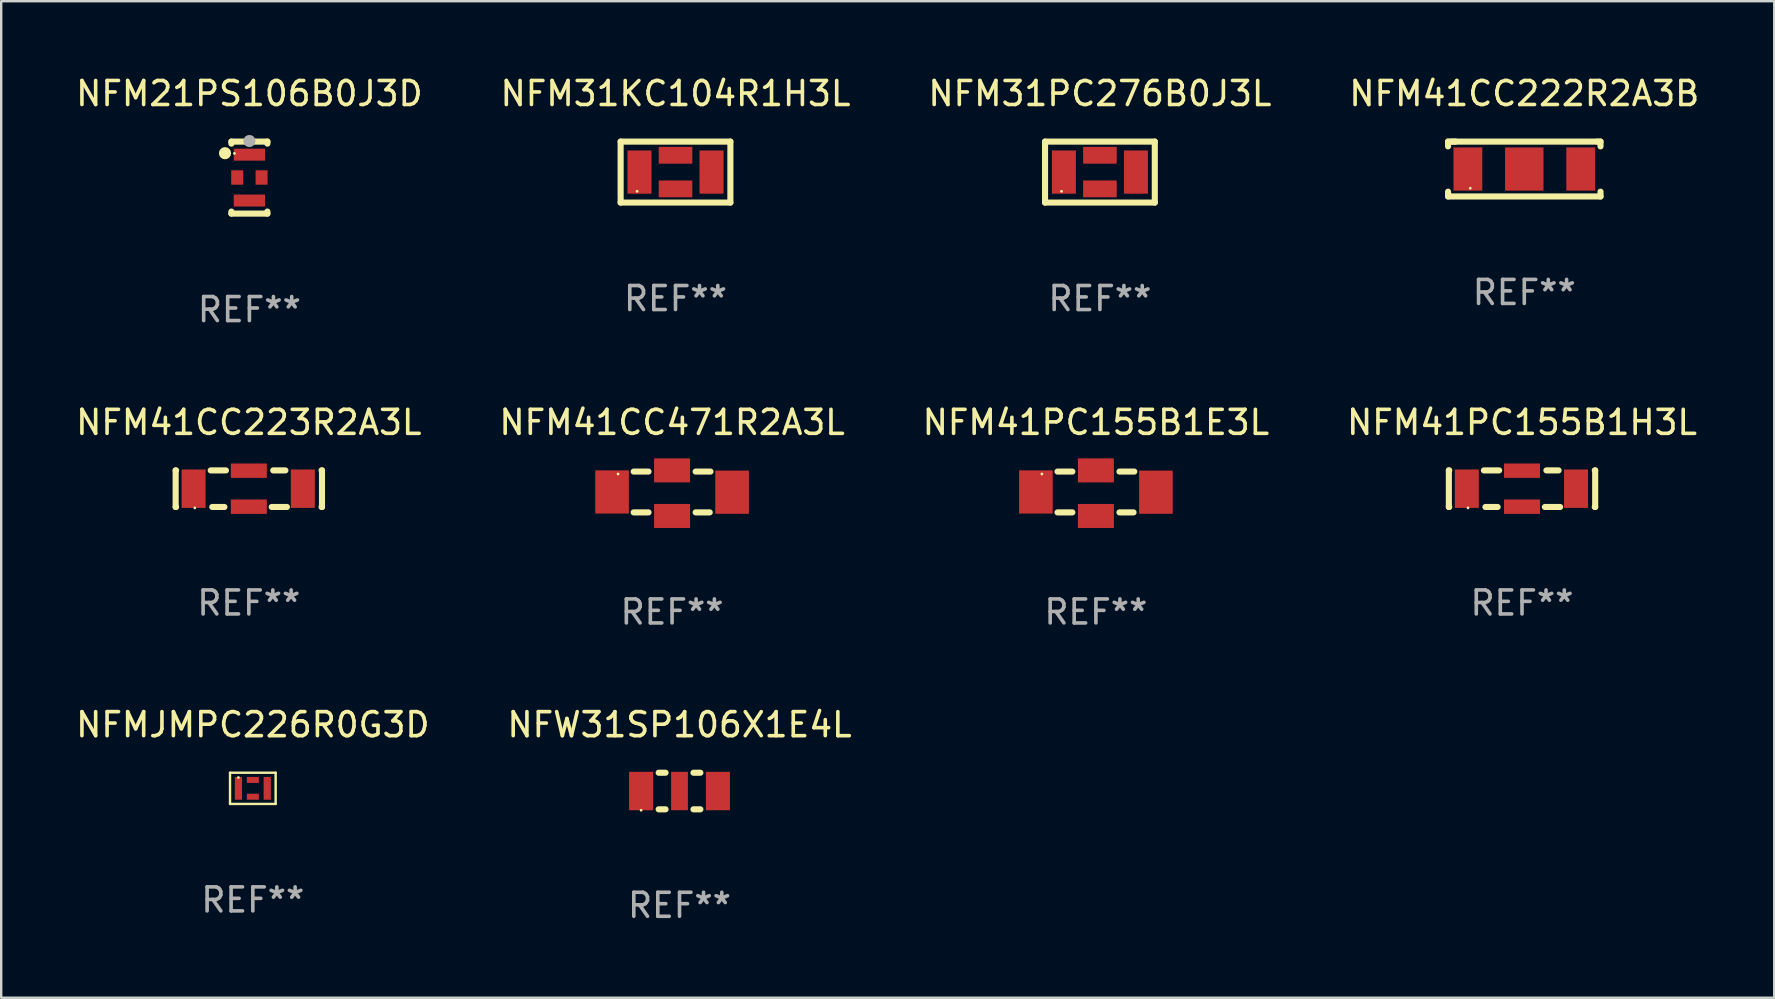
<source format=kicad_pcb>
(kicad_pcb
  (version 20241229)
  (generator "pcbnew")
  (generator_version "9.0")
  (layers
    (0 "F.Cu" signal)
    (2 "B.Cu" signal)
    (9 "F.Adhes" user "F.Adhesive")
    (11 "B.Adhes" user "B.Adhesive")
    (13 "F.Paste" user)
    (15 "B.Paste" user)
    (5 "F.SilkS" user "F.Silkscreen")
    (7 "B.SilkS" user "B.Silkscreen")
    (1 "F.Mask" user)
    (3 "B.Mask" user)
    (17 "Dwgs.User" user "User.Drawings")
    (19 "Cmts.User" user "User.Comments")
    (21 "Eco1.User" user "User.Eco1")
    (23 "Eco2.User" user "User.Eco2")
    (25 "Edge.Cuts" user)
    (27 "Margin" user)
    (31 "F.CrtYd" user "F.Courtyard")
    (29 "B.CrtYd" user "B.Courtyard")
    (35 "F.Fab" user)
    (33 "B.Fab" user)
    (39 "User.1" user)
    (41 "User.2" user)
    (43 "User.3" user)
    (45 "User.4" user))
  (footprint "NFM31KC104R1H3L"
    (layer "F.Cu")
    (at 25.089 4.118)
    (property "Reference" "NFM31KC104R1H3L" (at 0 -3.27 0) (layer "F.SilkS") (effects (font (size 1 1) (thickness 0.15))))
    (attr through_hole)
    (fp_line (start -2.286 -1.27) (end 2.286 -1.27) (stroke (width 0.254) (type solid)) (layer "F.SilkS"))
    (fp_line (start -2.286 1.27) (end -2.286 -1.27) (stroke (width 0.254) (type solid)) (layer "F.SilkS"))
    (fp_line (start 2.286 -1.27) (end 2.286 1.27) (stroke (width 0.254) (type solid)) (layer "F.SilkS"))
    (fp_line (start 2.286 1.27) (end -2.286 1.27) (stroke (width 0.254) (type solid)) (layer "F.SilkS"))
    (fp_circle (center -1.6 0.8) (end -1.57 0.8) (stroke (width 0.06) (type solid)) (fill no) (layer "F.SilkS"))
    (fp_text user "REF**" (at 0 5.27 0) (layer "F.Fab") (effects (font (size 1 1) (thickness 0.15))))
    (pad "1" smd rect (at -1.5 0) (size 1 1.8) (layers "F.Cu" "F.Mask" "F.Paste"))
    (pad "2" smd rect (at 0.000127 -0.7) (size 1.4 0.7) (layers "F.Cu" "F.Mask" "F.Paste"))
    (pad "2" smd rect (at 0.000127 0.7) (size 1.4 0.7) (layers "F.Cu" "F.Mask" "F.Paste"))
    (pad "3" smd rect (at 1.5 0) (size 1 1.8) (layers "F.Cu" "F.Mask" "F.Paste")))
  (footprint "NFM31PC276B0J3L"
    (layer "F.Cu")
    (at 42.768 4.118)
    (property "Reference" "NFM31PC276B0J3L" (at 0 -3.27 0) (layer "F.SilkS") (effects (font (size 1 1) (thickness 0.15))))
    (attr through_hole)
    (fp_line (start -2.286 -1.27) (end 2.286 -1.27) (stroke (width 0.254) (type solid)) (layer "F.SilkS"))
    (fp_line (start -2.286 1.27) (end -2.286 -1.27) (stroke (width 0.254) (type solid)) (layer "F.SilkS"))
    (fp_line (start 2.286 -1.27) (end 2.286 1.27) (stroke (width 0.254) (type solid)) (layer "F.SilkS"))
    (fp_line (start 2.286 1.27) (end -2.286 1.27) (stroke (width 0.254) (type solid)) (layer "F.SilkS"))
    (fp_circle (center -1.6 0.8) (end -1.57 0.8) (stroke (width 0.06) (type solid)) (fill no) (layer "F.SilkS"))
    (fp_text user "REF**" (at 0 5.27 0) (layer "F.Fab") (effects (font (size 1 1) (thickness 0.15))))
    (pad "1" smd rect (at -1.5 0) (size 1 1.8) (layers "F.Cu" "F.Mask" "F.Paste"))
    (pad "2" smd rect (at 0.000127 -0.7) (size 1.4 0.7) (layers "F.Cu" "F.Mask" "F.Paste"))
    (pad "2" smd rect (at 0.000127 0.7) (size 1.4 0.7) (layers "F.Cu" "F.Mask" "F.Paste"))
    (pad "3" smd rect (at 1.5 0) (size 1 1.8) (layers "F.Cu" "F.Mask" "F.Paste")))
  (footprint "NFM41PC155B1E3L"
    (layer "F.Cu")
    (at 42.601 17.494)
    (property "Reference" "NFM41PC155B1E3L" (at 0 -2.949 0) (layer "F.SilkS") (effects (font (size 1 1) (thickness 0.15))))
    (attr through_hole)
    (fp_line (start -1.6 -0.9) (end -0.981 -0.9) (stroke (width 0.254) (type solid)) (layer "F.SilkS"))
    (fp_line (start -0.981 0.8) (end -1.6 0.8) (stroke (width 0.254) (type solid)) (layer "F.SilkS"))
    (fp_line (start 0.981 -0.9) (end 1.6 -0.9) (stroke (width 0.254) (type solid)) (layer "F.SilkS"))
    (fp_line (start 1.569 0.8) (end 0.981 0.8) (stroke (width 0.254) (type solid)) (layer "F.SilkS"))
    (fp_circle (center -2.25 -0.8) (end -2.22 -0.8) (stroke (width 0.06) (type solid)) (fill no) (layer "F.SilkS"))
    (fp_text user "REF**" (at 0 4.949 0) (layer "F.Fab") (effects (font (size 1 1) (thickness 0.15))))
    (pad "1" smd rect (at -2.5 -0.051) (size 1.4 1.8) (layers "F.Cu" "F.Mask" "F.Paste"))
    (pad "2" smd rect (at -0.000127 -0.949 90) (size 1 1.5) (layers "F.Cu" "F.Mask" "F.Paste"))
    (pad "2" smd rect (at -0.000127 0.949 90) (size 1 1.5) (layers "F.Cu" "F.Mask" "F.Paste"))
    (pad "3" smd rect (at 2.5 -0.041) (size 1.4 1.8) (layers "F.Cu" "F.Mask" "F.Paste")))
  (footprint "NFW31SP106X1E4L"
    (layer "F.Cu")
    (at 25.256 29.901)
    (property "Reference" "NFW31SP106X1E4L" (at 0 -2.762 0) (layer "F.SilkS") (effects (font (size 1 1) (thickness 0.15))))
    (attr through_hole)
    (fp_line (start -0.869 -0.762) (end -0.581 -0.762) (stroke (width 0.254) (type solid)) (layer "F.SilkS"))
    (fp_line (start -0.869 0.762) (end -0.581 0.762) (stroke (width 0.254) (type solid)) (layer "F.SilkS"))
    (fp_line (start 0.581 -0.762) (end 0.869 -0.762) (stroke (width 0.254) (type solid)) (layer "F.SilkS"))
    (fp_line (start 0.581 0.762) (end 0.869 0.762) (stroke (width 0.254) (type solid)) (layer "F.SilkS"))
    (fp_circle (center -1.6 0.8) (end -1.57 0.8) (stroke (width 0.06) (type solid)) (fill no) (layer "F.SilkS"))
    (fp_text user "REF**" (at 0 4.762 0) (layer "F.Fab") (effects (font (size 1 1) (thickness 0.15))))
    (pad "1" smd rect (at -1.6 -0.000102) (size 1 1.6) (layers "F.Cu" "F.Mask" "F.Paste"))
    (pad "2" smd rect (at -0.000127 -0.000102) (size 0.7 1.6) (layers "F.Cu" "F.Mask" "F.Paste"))
    (pad "3" smd rect (at 1.6 -0.000102) (size 1 1.6) (layers "F.Cu" "F.Mask" "F.Paste")))
  (footprint "NFM41CC223R2A3L"
    (layer "F.Cu")
    (at 7.315 17.307)
    (property "Reference" "NFM41CC223R2A3L" (at 0 -2.762 0) (layer "F.SilkS") (effects (font (size 1 1) (thickness 0.15))))
    (attr through_hole)
    (fp_line (start -3.048 -0.762) (end -3.048 0.762) (stroke (width 0.254) (type solid)) (layer "F.SilkS"))
    (fp_line (start -3.048 0.762) (end -3.031 0.762) (stroke (width 0.254) (type solid)) (layer "F.SilkS"))
    (fp_line (start -3.031 -0.762) (end -3.048 -0.762) (stroke (width 0.254) (type solid)) (layer "F.SilkS"))
    (fp_line (start -1.588 -0.762) (end -0.953 -0.762) (stroke (width 0.254) (type solid)) (layer "F.SilkS"))
    (fp_line (start -1.524 0.762) (end -1.016 0.762) (stroke (width 0.254) (type solid)) (layer "F.SilkS"))
    (fp_line (start 0.953 0.762) (end 1.588 0.762) (stroke (width 0.254) (type solid)) (layer "F.SilkS"))
    (fp_line (start 1.016 -0.762) (end 1.524 -0.762) (stroke (width 0.254) (type solid)) (layer "F.SilkS"))
    (fp_line (start 3.031 0.762) (end 3.048 0.762) (stroke (width 0.254) (type solid)) (layer "F.SilkS"))
    (fp_line (start 3.048 -0.762) (end 3.031 -0.762) (stroke (width 0.254) (type solid)) (layer "F.SilkS"))
    (fp_line (start 3.048 0.762) (end 3.048 -0.762) (stroke (width 0.254) (type solid)) (layer "F.SilkS"))
    (fp_circle (center -2.25 0.8) (end -2.22 0.8) (stroke (width 0.06) (type solid)) (fill no) (layer "F.SilkS"))
    (fp_text user "REF**" (at 0 4.762 0) (layer "F.Fab") (effects (font (size 1 1) (thickness 0.15))))
    (pad "1" smd rect (at -2.3 0) (size 1 1.6) (layers "F.Cu" "F.Mask" "F.Paste"))
    (pad "2" smd rect (at 0 -0.75 90) (size 0.6 1.5) (layers "F.Cu" "F.Mask" "F.Paste"))
    (pad "2" smd rect (at 0 0.75 90) (size 0.6 1.5) (layers "F.Cu" "F.Mask" "F.Paste"))
    (pad "3" smd rect (at 2.25 0) (size 1 1.6) (layers "F.Cu" "F.Mask" "F.Paste")))
  (footprint "NFM41CC222R2A3B"
    (layer "F.Cu")
    (at 60.446 3.991)
    (property "Reference" "NFM41CC222R2A3B" (at 0 -3.143 0) (layer "F.SilkS") (effects (font (size 1 1) (thickness 0.15))))
    (attr through_hole)
    (fp_line (start -3.175 -1.143) (end -3.175 -0.943) (stroke (width 0.254) (type solid)) (layer "F.SilkS"))
    (fp_line (start -3.175 1.143) (end -3.175 0.943) (stroke (width 0.254) (type solid)) (layer "F.SilkS"))
    (fp_line (start -3.048 -1.143) (end 3.048 -1.143) (stroke (width 0.254) (type solid)) (layer "F.SilkS"))
    (fp_line (start -2.86 -1.143) (end -3.175 -1.143) (stroke (width 0.254) (type solid)) (layer "F.SilkS"))
    (fp_line (start 3.048 -1.143) (end 3.175 -1.143) (stroke (width 0.254) (type solid)) (layer "F.SilkS"))
    (fp_line (start 3.175 -1.143) (end 3.175 -0.943) (stroke (width 0.254) (type solid)) (layer "F.SilkS"))
    (fp_line (start 3.175 0.943) (end 3.175 1.143) (stroke (width 0.254) (type solid)) (layer "F.SilkS"))
    (fp_line (start 3.175 1.143) (end -3.175 1.143) (stroke (width 0.254) (type solid)) (layer "F.SilkS"))
    (fp_circle (center -2.25 0.8) (end -2.22 0.8) (stroke (width 0.06) (type solid)) (fill no) (layer "F.SilkS"))
    (fp_text user "REF**" (at 0 5.143 0) (layer "F.Fab") (effects (font (size 1 1) (thickness 0.15))))
    (pad "1" smd rect (at -2.35 0) (size 1.2 1.8) (layers "F.Cu" "F.Mask" "F.Paste"))
    (pad "2" smd rect (at -0.000076 0) (size 1.6 1.8) (layers "F.Cu" "F.Mask" "F.Paste"))
    (pad "3" smd rect (at 2.35 0) (size 1.2 1.8) (layers "F.Cu" "F.Mask" "F.Paste")))
  (footprint "NFM41CC471R2A3L"
    (layer "F.Cu")
    (at 24.946 17.494)
    (property "Reference" "NFM41CC471R2A3L" (at 0 -2.949 0) (layer "F.SilkS") (effects (font (size 1 1) (thickness 0.15))))
    (attr through_hole)
    (fp_line (start -1.6 -0.9) (end -0.981 -0.9) (stroke (width 0.254) (type solid)) (layer "F.SilkS"))
    (fp_line (start -0.981 0.8) (end -1.6 0.8) (stroke (width 0.254) (type solid)) (layer "F.SilkS"))
    (fp_line (start 0.981 -0.9) (end 1.6 -0.9) (stroke (width 0.254) (type solid)) (layer "F.SilkS"))
    (fp_line (start 1.569 0.8) (end 0.981 0.8) (stroke (width 0.254) (type solid)) (layer "F.SilkS"))
    (fp_circle (center -2.25 -0.8) (end -2.22 -0.8) (stroke (width 0.06) (type solid)) (fill no) (layer "F.SilkS"))
    (fp_text user "REF**" (at 0 4.949 0) (layer "F.Fab") (effects (font (size 1 1) (thickness 0.15))))
    (pad "1" smd rect (at -2.5 -0.051) (size 1.4 1.8) (layers "F.Cu" "F.Mask" "F.Paste"))
    (pad "2" smd rect (at -0.000127 -0.949 90) (size 1 1.5) (layers "F.Cu" "F.Mask" "F.Paste"))
    (pad "2" smd rect (at -0.000127 0.949 90) (size 1 1.5) (layers "F.Cu" "F.Mask" "F.Paste"))
    (pad "3" smd rect (at 2.5 -0.041) (size 1.4 1.8) (layers "F.Cu" "F.Mask" "F.Paste")))
  (footprint "NFM21PS106B0J3D"
    (layer "F.Cu")
    (at 7.339 4.348)
    (property "Reference" "NFM21PS106B0J3D" (at 0 -3.5 0) (layer "F.SilkS") (effects (font (size 1 1) (thickness 0.15))))
    (attr through_hole)
    (fp_line (start -0.75 -1.5) (end -0.75 -1.414) (stroke (width 0.254) (type solid)) (layer "F.SilkS"))
    (fp_line (start -0.75 -1.5) (end 0.75 -1.5) (stroke (width 0.254) (type solid)) (layer "F.SilkS"))
    (fp_line (start -0.75 1.5) (end -0.75 1.415) (stroke (width 0.254) (type solid)) (layer "F.SilkS"))
    (fp_line (start 0.75 -1.5) (end 0.75 -1.414) (stroke (width 0.254) (type solid)) (layer "F.SilkS"))
    (fp_line (start 0.75 1.5) (end -0.75 1.5) (stroke (width 0.254) (type solid)) (layer "F.SilkS"))
    (fp_line (start 0.75 1.5) (end 0.75 1.414) (stroke (width 0.254) (type solid)) (layer "F.SilkS"))
    (fp_circle (center -1.016 -1.016) (end -0.889 -1.016) (stroke (width 0.254) (type solid)) (fill no) (layer "F.SilkS"))
    (fp_circle (center -0.624 -1.007) (end -0.594 -1.007) (stroke (width 0.06) (type solid)) (fill no) (layer "F.SilkS"))
    (fp_circle (center 0 -1.524) (end 0.127 -1.524) (stroke (width 0.254) (type solid)) (fill no) (layer "F.Fab"))
    (fp_text user "REF**" (at 0 5.5 0) (layer "F.Fab") (effects (font (size 1 1) (thickness 0.15))))
    (pad "1" smd rect (at 0 -0.956 180) (size 1.3 0.5) (layers "F.Cu" "F.Mask" "F.Paste"))
    (pad "2" smd rect (at -0.508 -0.004 90) (size 0.6 0.5) (layers "F.Cu" "F.Mask" "F.Paste"))
    (pad "2" smd rect (at 0.508 -0.004 90) (size 0.6 0.5) (layers "F.Cu" "F.Mask" "F.Paste"))
    (pad "3" smd rect (at 0 0.956 180) (size 1.3 0.5) (layers "F.Cu" "F.Mask" "F.Paste")))
  (footprint "NFM41PC155B1H3L"
    (layer "F.Cu")
    (at 60.351 17.307)
    (property "Reference" "NFM41PC155B1H3L" (at 0 -2.762 0) (layer "F.SilkS") (effects (font (size 1 1) (thickness 0.15))))
    (attr through_hole)
    (fp_line (start -3.048 -0.762) (end -3.048 0.762) (stroke (width 0.254) (type solid)) (layer "F.SilkS"))
    (fp_line (start -3.048 0.762) (end -3.031 0.762) (stroke (width 0.254) (type solid)) (layer "F.SilkS"))
    (fp_line (start -3.031 -0.762) (end -3.048 -0.762) (stroke (width 0.254) (type solid)) (layer "F.SilkS"))
    (fp_line (start -1.588 -0.762) (end -0.953 -0.762) (stroke (width 0.254) (type solid)) (layer "F.SilkS"))
    (fp_line (start -1.524 0.762) (end -1.016 0.762) (stroke (width 0.254) (type solid)) (layer "F.SilkS"))
    (fp_line (start 0.953 0.762) (end 1.588 0.762) (stroke (width 0.254) (type solid)) (layer "F.SilkS"))
    (fp_line (start 1.016 -0.762) (end 1.524 -0.762) (stroke (width 0.254) (type solid)) (layer "F.SilkS"))
    (fp_line (start 3.031 0.762) (end 3.048 0.762) (stroke (width 0.254) (type solid)) (layer "F.SilkS"))
    (fp_line (start 3.048 -0.762) (end 3.031 -0.762) (stroke (width 0.254) (type solid)) (layer "F.SilkS"))
    (fp_line (start 3.048 0.762) (end 3.048 -0.762) (stroke (width 0.254) (type solid)) (layer "F.SilkS"))
    (fp_circle (center -2.25 0.8) (end -2.22 0.8) (stroke (width 0.06) (type solid)) (fill no) (layer "F.SilkS"))
    (fp_text user "REF**" (at 0 4.762 0) (layer "F.Fab") (effects (font (size 1 1) (thickness 0.15))))
    (pad "1" smd rect (at -2.3 0) (size 1 1.6) (layers "F.Cu" "F.Mask" "F.Paste"))
    (pad "2" smd rect (at 0 -0.75 90) (size 0.6 1.5) (layers "F.Cu" "F.Mask" "F.Paste"))
    (pad "2" smd rect (at 0 0.75 90) (size 0.6 1.5) (layers "F.Cu" "F.Mask" "F.Paste"))
    (pad "3" smd rect (at 2.25 0) (size 1 1.6) (layers "F.Cu" "F.Mask" "F.Paste")))
  (footprint "NFMJMPC226R0G3D"
    (layer "F.Cu")
    (at 7.482 29.789)
    (property "Reference" "NFMJMPC226R0G3D" (at 0 -2.65 0) (layer "F.SilkS") (effects (font (size 1 1) (thickness 0.15))))
    (attr through_hole)
    (fp_line (start -0.95 -0.65) (end -0.95 0.65) (stroke (width 0.1) (type solid)) (layer "F.SilkS"))
    (fp_line (start -0.95 -0.65) (end 0.95 -0.65) (stroke (width 0.1) (type solid)) (layer "F.SilkS"))
    (fp_line (start -0.95 0.65) (end 0.95 0.65) (stroke (width 0.1) (type solid)) (layer "F.SilkS"))
    (fp_line (start 0.95 -0.65) (end 0.95 0.65) (stroke (width 0.1) (type solid)) (layer "F.SilkS"))
    (fp_circle (center -0.6 -0.45) (end -0.57 -0.45) (stroke (width 0.06) (type solid)) (fill no) (layer "F.SilkS"))
    (fp_text user "REF**" (at 0 4.65 0) (layer "F.Fab") (effects (font (size 1 1) (thickness 0.15))))
    (pad "1" smd rect (at -0.6 0) (size 0.3 0.95) (layers "F.Cu" "F.Mask" "F.Paste"))
    (pad "2" smd rect (at -0.000127 -0.35) (size 0.5 0.25) (layers "F.Cu" "F.Mask" "F.Paste"))
    (pad "2" smd rect (at -0.000127 0.35) (size 0.5 0.25) (layers "F.Cu" "F.Mask" "F.Paste"))
    (pad "3" smd rect (at 0.6 0) (size 0.3 0.95) (layers "F.Cu" "F.Mask" "F.Paste")))
  (gr_rect
    (start -3 -3)
    (end 70.857 38.512)
    (stroke (width 0.1) (type default))
    (fill no)
    (layer "Edge.Cuts")))
</source>
